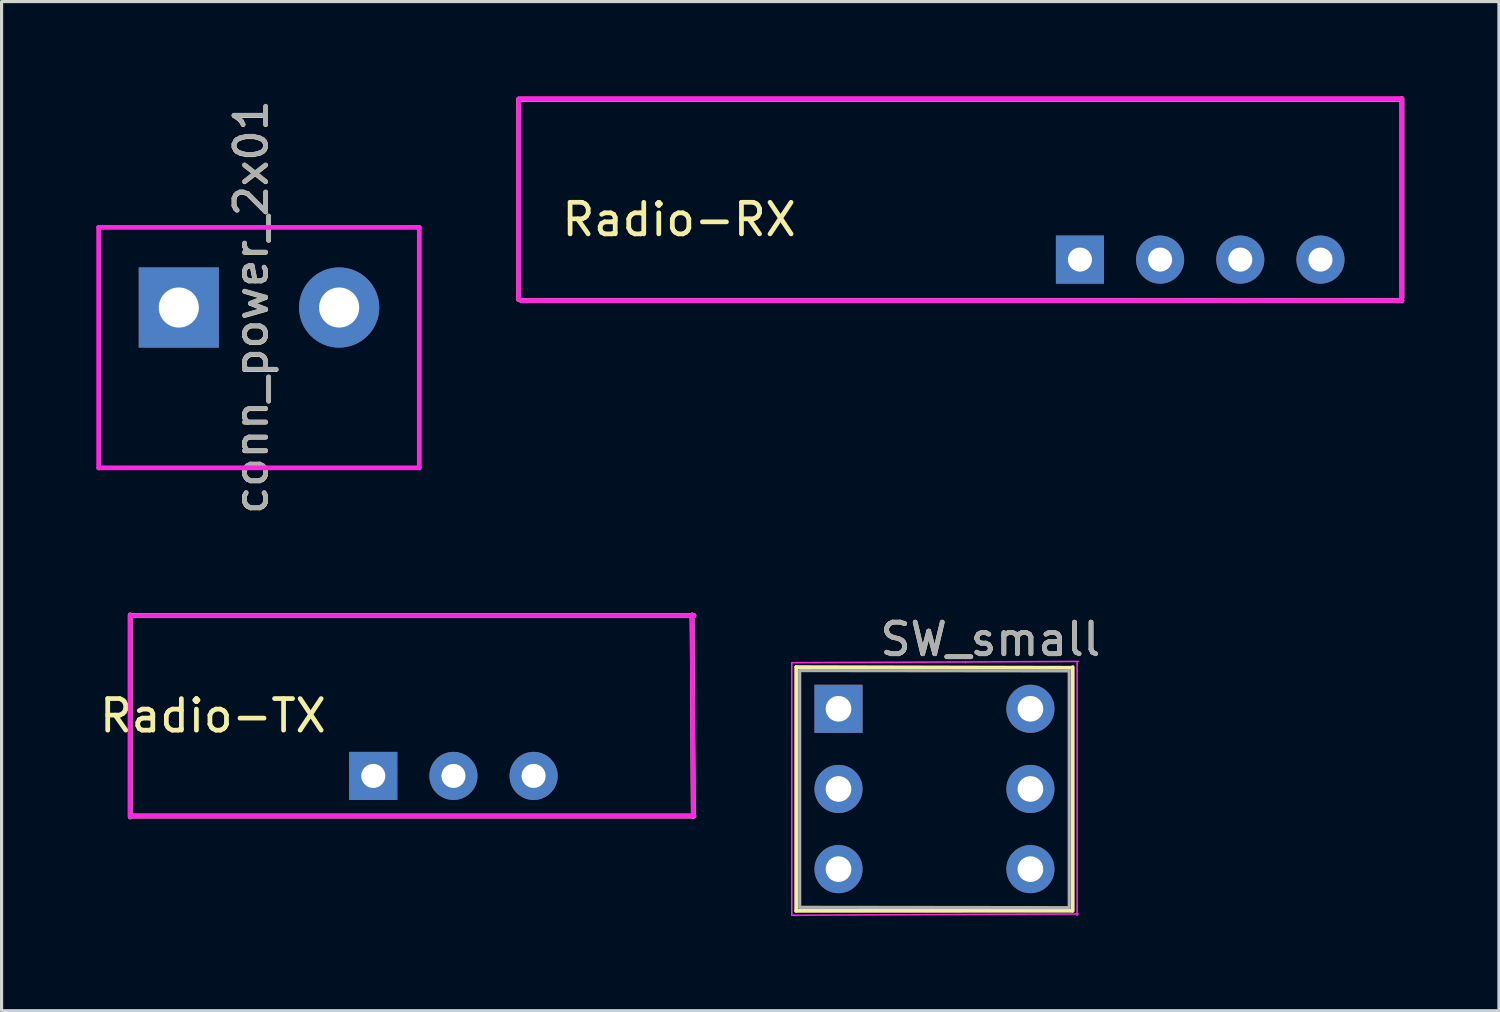
<source format=kicad_pcb>
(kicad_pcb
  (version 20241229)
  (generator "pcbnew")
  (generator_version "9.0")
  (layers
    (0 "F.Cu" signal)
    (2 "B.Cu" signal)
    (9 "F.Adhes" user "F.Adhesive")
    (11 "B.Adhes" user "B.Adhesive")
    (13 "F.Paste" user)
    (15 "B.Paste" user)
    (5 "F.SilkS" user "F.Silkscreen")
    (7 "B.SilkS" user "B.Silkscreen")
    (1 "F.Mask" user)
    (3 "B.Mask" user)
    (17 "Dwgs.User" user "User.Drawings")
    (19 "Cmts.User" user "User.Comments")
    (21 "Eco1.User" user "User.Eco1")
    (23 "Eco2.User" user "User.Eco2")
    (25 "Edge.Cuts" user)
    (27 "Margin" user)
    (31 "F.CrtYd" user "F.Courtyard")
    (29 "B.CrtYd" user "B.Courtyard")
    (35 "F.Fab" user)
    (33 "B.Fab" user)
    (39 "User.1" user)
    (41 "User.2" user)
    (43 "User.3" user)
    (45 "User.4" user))
  (footprint "conn_power_2x01"
    (layer "F.Cu")
    (at 2.615 6.693)
    (property "Reference" "conn_power_2x01" (at 2.296 -0.008 90) (layer "F.SilkS") (effects (font (size 1 1) (thickness 0.15))))
    (attr through_hole)
    (fp_line (start -2.54 -2.54) (end 7.62 -2.54) (stroke (width 0.15) (type solid)) (layer "F.CrtYd"))
    (fp_line (start -2.54 5.08) (end -2.54 -2.54) (stroke (width 0.15) (type solid)) (layer "F.CrtYd"))
    (fp_line (start 7.62 -2.54) (end 7.62 5.08) (stroke (width 0.15) (type solid)) (layer "F.CrtYd"))
    (fp_line (start 7.62 5.08) (end -2.54 5.08) (stroke (width 0.15) (type solid)) (layer "F.CrtYd"))
    (fp_text user "${REFERENCE}" (at 2.296 -0.02 90) (layer "F.Fab") (effects (font (size 1 1) (thickness 0.15))))
    (pad "1" thru_hole rect (at 0 0) (size 2.54 2.54) (drill 1.27) (layers "*.Cu" "*.Mask"))
    (pad "2" thru_hole circle (at 5.08 0) (size 2.54 2.54) (drill 1.27) (layers "*.Cu" "*.Mask")))
  (footprint "SW_small"
    (placed yes)
    (layer "F.Cu")
    (at 23.516 19.406)
    (property "Reference" "SW_small" (at 4.81 -2.2 0) (layer "F.SilkS") (effects (font (size 1 1) (thickness 0.15))))
    (attr through_hole)
    (fp_line (start -1.341 -1.321) (end 7.4 -1.3) (stroke (width 0.12) (type solid)) (layer "F.SilkS"))
    (fp_line (start -1.341 6.401) (end -1.341 -1.321) (stroke (width 0.12) (type solid)) (layer "F.SilkS"))
    (fp_line (start -1.341 6.401) (end 7.4 6.4) (stroke (width 0.12) (type solid)) (layer "F.SilkS"))
    (fp_line (start 7.421 -1.321) (end 7.421 6.401) (stroke (width 0.12) (type solid)) (layer "F.SilkS"))
    (fp_line (start -1.48 6.54) (end -1.48 -1.46) (stroke (width 0.05) (type solid)) (layer "F.CrtYd"))
    (fp_line (start -1.48 6.54) (end 7.6 6.5) (stroke (width 0.05) (type solid)) (layer "F.CrtYd"))
    (fp_line (start 4.02 -1.46) (end 4.02 -1.46) (stroke (width 0.05) (type solid)) (layer "F.CrtYd"))
    (fp_line (start 7.56 -1.46) (end 7.56 6.54) (stroke (width 0.05) (type solid)) (layer "F.CrtYd"))
    (fp_line (start 7.6 -1.5) (end -1.48 -1.46) (stroke (width 0.05) (type solid)) (layer "F.CrtYd"))
    (fp_line (start -1.23 -1.21) (end 7.3 -1.2) (stroke (width 0.1) (type solid)) (layer "F.Fab"))
    (fp_line (start -1.23 6.29) (end -1.23 -1.21) (stroke (width 0.1) (type solid)) (layer "F.Fab"))
    (fp_line (start -1.23 6.29) (end 7.3 6.3) (stroke (width 0.1) (type solid)) (layer "F.Fab"))
    (fp_line (start 7.31 6.29) (end 7.31 -1.21) (stroke (width 0.1) (type solid)) (layer "F.Fab"))
    (fp_text user "${REFERENCE}" (at 4.81 -2.2 0) (layer "F.Fab") (effects (font (size 1 1) (thickness 0.15))))
    (pad "1" thru_hole rect (at 0 0) (size 1.524 1.524) (drill 0.813) (layers "*.Cu" "*.Mask"))
    (pad "2" thru_hole circle (at 0 2.54) (size 1.524 1.524) (drill 0.813) (layers "*.Cu" "*.Mask"))
    (pad "3" thru_hole circle (at 0 5.08) (size 1.524 1.524) (drill 0.813) (layers "*.Cu" "*.Mask"))
    (pad "4" thru_hole circle (at 6.08 5.08) (size 1.524 1.524) (drill 0.813) (layers "*.Cu" "*.Mask"))
    (pad "5" thru_hole circle (at 6.08 2.54) (size 1.524 1.524) (drill 0.813) (layers "*.Cu" "*.Mask"))
    (pad "6" thru_hole circle (at 6.08 0) (size 1.524 1.524) (drill 0.813) (layers "*.Cu" "*.Mask")))
  (footprint "Radio-TX"
    (placed yes)
    (layer "F.Cu")
    (at 8.776 21.533)
    (property "Reference" "Radio-TX" (at -5.08 -1.905 0) (layer "F.SilkS") (effects (font (size 1 1) (thickness 0.15))))
    (attr through_hole)
    (fp_line (start -7.7 -5.1) (end -7.7 1.3) (stroke (width 0.15) (type solid)) (layer "F.SilkS"))
    (fp_line (start -7.62 1.27) (end 10.16 1.27) (stroke (width 0.15) (type solid)) (layer "F.SilkS"))
    (fp_line (start 10.14 1.28) (end 10.1 -5.1) (stroke (width 0.15) (type solid)) (layer "F.SilkS"))
    (fp_line (start 10.16 -5.08) (end -7.62 -5.08) (stroke (width 0.15) (type solid)) (layer "F.SilkS"))
    (fp_line (start -7.7 -5.1) (end -7.7 1.3) (stroke (width 0.15) (type solid)) (layer "F.CrtYd"))
    (fp_line (start -7.62 1.27) (end 10.16 1.27) (stroke (width 0.15) (type solid)) (layer "F.CrtYd"))
    (fp_line (start 10.14 1.28) (end 10.1 -5.1) (stroke (width 0.15) (type solid)) (layer "F.CrtYd"))
    (fp_line (start 10.16 -5.08) (end -7.62 -5.08) (stroke (width 0.15) (type solid)) (layer "F.CrtYd"))
    (pad "1" thru_hole rect (at 0 0) (size 1.524 1.524) (drill 0.762) (layers "*.Cu" "*.Mask"))
    (pad "2" thru_hole circle (at 2.54 0) (size 1.524 1.524) (drill 0.762) (layers "*.Cu" "*.Mask"))
    (pad "3" thru_hole circle (at 5.08 0) (size 1.524 1.524) (drill 0.762) (layers "*.Cu" "*.Mask")))
  (footprint "Radio-RX"
    (placed yes)
    (layer "F.Cu")
    (at 31.165 5.175)
    (property "Reference" "Radio-RX" (at -12.7 -1.27 0) (layer "F.SilkS") (effects (font (size 1 1) (thickness 0.15))))
    (attr through_hole)
    (fp_line (start -17.78 -5.08) (end -17.78 1.27) (stroke (width 0.15) (type solid)) (layer "F.SilkS"))
    (fp_line (start -17.7 1.3) (end 10.2 1.3) (stroke (width 0.15) (type solid)) (layer "F.SilkS"))
    (fp_line (start 10.16 -5.08) (end -17.78 -5.08) (stroke (width 0.15) (type solid)) (layer "F.SilkS"))
    (fp_line (start 10.2 1.2) (end 10.2 -5.1) (stroke (width 0.15) (type solid)) (layer "F.SilkS"))
    (fp_line (start -17.78 -5.08) (end -17.78 1.27) (stroke (width 0.15) (type solid)) (layer "F.CrtYd"))
    (fp_line (start -17.7 1.3) (end 10.2 1.3) (stroke (width 0.15) (type solid)) (layer "F.CrtYd"))
    (fp_line (start 10.16 -5.1) (end -17.78 -5.1) (stroke (width 0.15) (type solid)) (layer "F.CrtYd"))
    (fp_line (start 10.2 1.2) (end 10.2 -5.1) (stroke (width 0.15) (type solid)) (layer "F.CrtYd"))
    (pad "1" thru_hole rect (at 0 0) (size 1.524 1.524) (drill 0.762) (layers "*.Cu" "*.Mask"))
    (pad "2" thru_hole circle (at 2.54 0) (size 1.524 1.524) (drill 0.762) (layers "*.Cu" "*.Mask"))
    (pad "3" thru_hole circle (at 5.08 0) (size 1.524 1.524) (drill 0.762) (layers "*.Cu" "*.Mask"))
    (pad "4" thru_hole circle (at 7.62 0) (size 1.524 1.524) (drill 0.762) (layers "*.Cu" "*.Mask")))
  (gr_rect
    (start -3 -3)
    (end 44.44 28.971)
    (stroke (width 0.1) (type default))
    (fill no)
    (layer "Edge.Cuts")))
</source>
